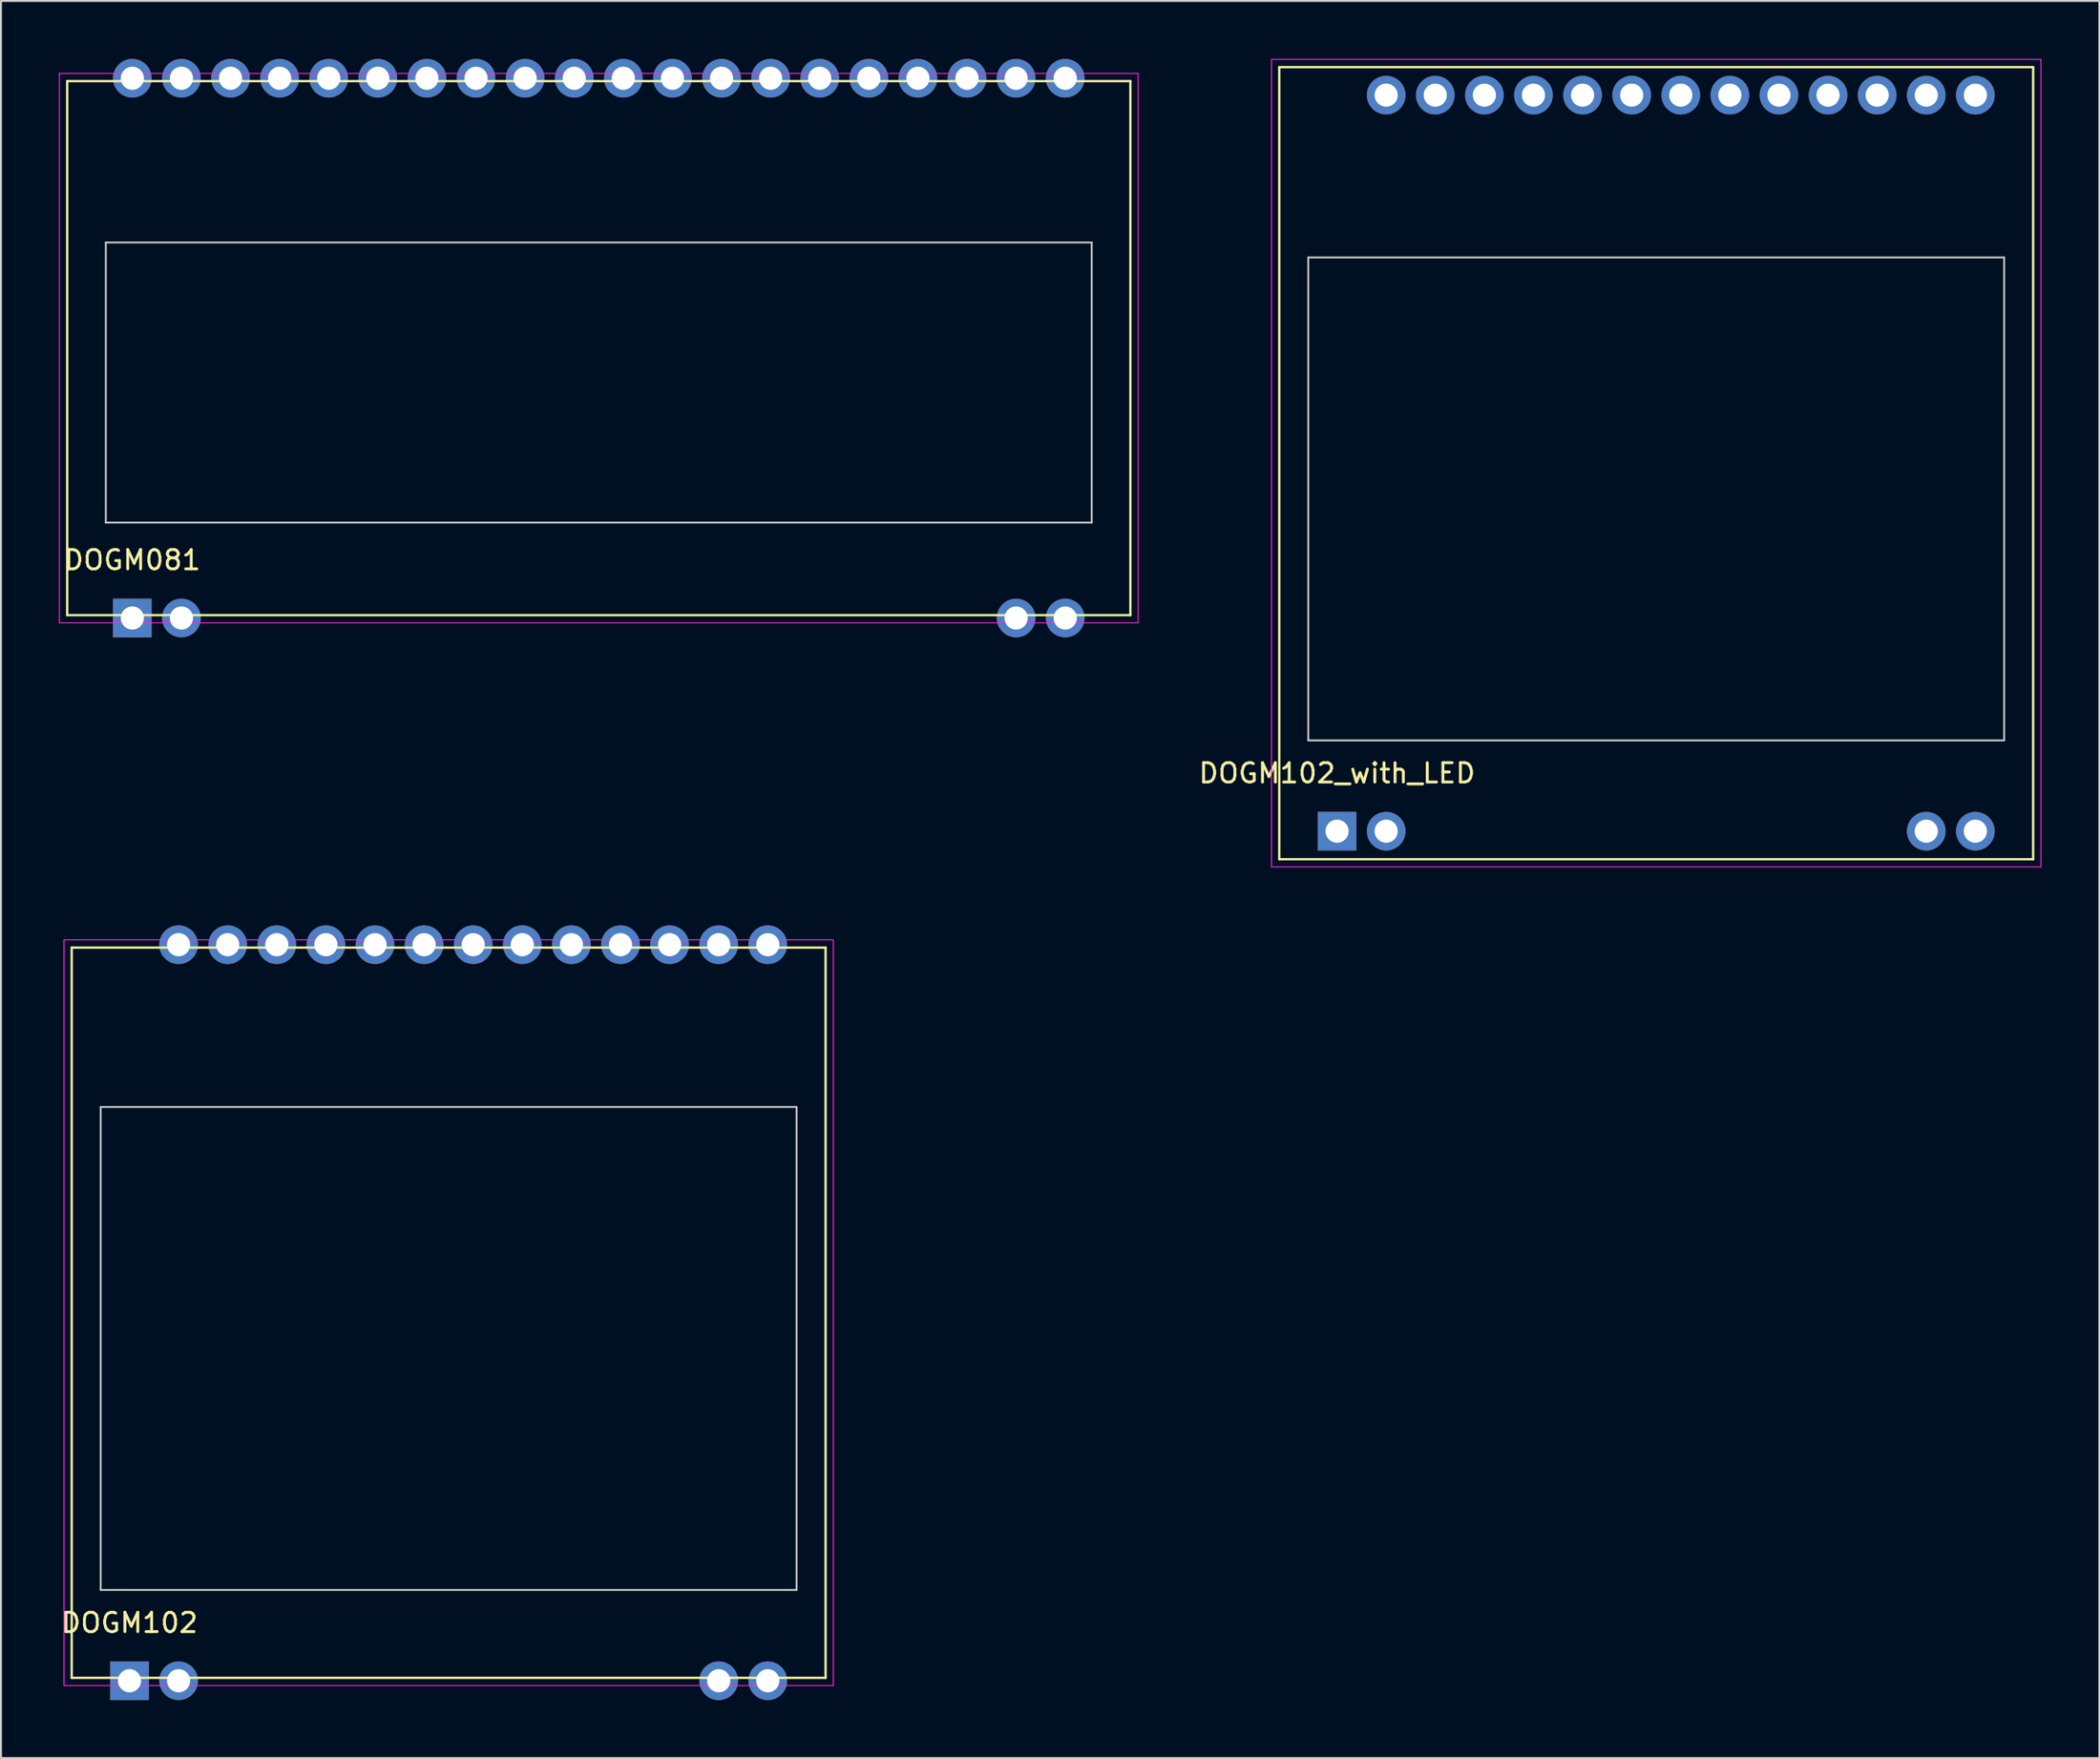
<source format=kicad_pcb>
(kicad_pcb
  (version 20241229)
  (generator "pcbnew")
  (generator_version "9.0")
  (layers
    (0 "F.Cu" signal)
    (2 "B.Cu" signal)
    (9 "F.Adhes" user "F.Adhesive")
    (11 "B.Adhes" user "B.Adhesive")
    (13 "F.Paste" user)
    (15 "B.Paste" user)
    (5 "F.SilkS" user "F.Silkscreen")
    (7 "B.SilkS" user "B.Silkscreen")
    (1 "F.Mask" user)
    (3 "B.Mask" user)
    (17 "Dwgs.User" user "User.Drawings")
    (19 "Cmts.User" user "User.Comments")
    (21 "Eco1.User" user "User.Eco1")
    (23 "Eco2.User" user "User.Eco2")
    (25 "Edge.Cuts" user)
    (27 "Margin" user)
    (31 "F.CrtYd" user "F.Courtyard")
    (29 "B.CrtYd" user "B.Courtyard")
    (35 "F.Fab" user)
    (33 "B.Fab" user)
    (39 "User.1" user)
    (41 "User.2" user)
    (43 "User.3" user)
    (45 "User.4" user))
  (footprint "DOGM102"
    (layer "F.Cu")
    (at 3.649 83.95)
    (property "Reference" "DOGM102" (at 0 -3 0) (layer "F.SilkS") (effects (font (size 1 1) (thickness 0.15))))
    (attr through_hole)
    (fp_line (start -2.99 -37.95) (end -2.99 -0.15) (stroke (width 0.12) (type solid)) (layer "F.SilkS"))
    (fp_line (start -2.99 -0.15) (end 36.01 -0.15) (stroke (width 0.12) (type solid)) (layer "F.SilkS"))
    (fp_line (start 36.01 -37.95) (end -2.99 -37.95) (stroke (width 0.12) (type solid)) (layer "F.SilkS"))
    (fp_line (start 36.01 -0.15) (end 36.01 -37.95) (stroke (width 0.12) (type solid)) (layer "F.SilkS"))
    (fp_line (start -1.49 -29.7) (end -1.49 -4.7) (stroke (width 0.1) (type solid)) (layer "Dwgs.User"))
    (fp_line (start -1.49 -4.7) (end 34.51 -4.7) (stroke (width 0.1) (type solid)) (layer "Dwgs.User"))
    (fp_line (start 34.51 -29.7) (end -1.49 -29.7) (stroke (width 0.1) (type solid)) (layer "Dwgs.User"))
    (fp_line (start 34.51 -4.7) (end 34.51 -29.7) (stroke (width 0.1) (type solid)) (layer "Dwgs.User"))
    (fp_line (start -3.39 -38.35) (end -3.39 0.25) (stroke (width 0.05) (type solid)) (layer "F.CrtYd"))
    (fp_line (start -3.39 0.25) (end 36.41 0.25) (stroke (width 0.05) (type solid)) (layer "F.CrtYd"))
    (fp_line (start 36.41 -38.35) (end -3.39 -38.35) (stroke (width 0.05) (type solid)) (layer "F.CrtYd"))
    (fp_line (start 36.41 0.25) (end 36.41 -38.35) (stroke (width 0.05) (type solid)) (layer "F.CrtYd"))
    (pad "1" thru_hole rect (at 0 0) (size 2 2) (drill 1.2) (layers "*.Cu" "*.Mask"))
    (pad "2" thru_hole circle (at 2.54 0) (size 2 2) (drill 1.2) (layers "*.Cu" "*.Mask"))
    (pad "13" thru_hole circle (at 30.48 0) (size 2 2) (drill 1.2) (layers "*.Cu" "*.Mask"))
    (pad "14" thru_hole circle (at 33.02 0) (size 2 2) (drill 1.2) (layers "*.Cu" "*.Mask"))
    (pad "15" thru_hole circle (at 33.02 -38.1) (size 2 2) (drill 1.2) (layers "*.Cu" "*.Mask"))
    (pad "16" thru_hole circle (at 30.48 -38.1) (size 2 2) (drill 1.2) (layers "*.Cu" "*.Mask"))
    (pad "17" thru_hole circle (at 27.94 -38.1) (size 2 2) (drill 1.2) (layers "*.Cu" "*.Mask"))
    (pad "18" thru_hole circle (at 25.4 -38.1) (size 2 2) (drill 1.2) (layers "*.Cu" "*.Mask"))
    (pad "19" thru_hole circle (at 22.86 -38.1) (size 2 2) (drill 1.2) (layers "*.Cu" "*.Mask"))
    (pad "20" thru_hole circle (at 20.32 -38.1) (size 2 2) (drill 1.2) (layers "*.Cu" "*.Mask"))
    (pad "21" thru_hole circle (at 17.78 -38.1) (size 2 2) (drill 1.2) (layers "*.Cu" "*.Mask"))
    (pad "22" thru_hole circle (at 15.24 -38.1) (size 2 2) (drill 1.2) (layers "*.Cu" "*.Mask"))
    (pad "23" thru_hole circle (at 12.7 -38.1) (size 2 2) (drill 1.2) (layers "*.Cu" "*.Mask"))
    (pad "24" thru_hole circle (at 10.16 -38.1) (size 2 2) (drill 1.2) (layers "*.Cu" "*.Mask"))
    (pad "25" thru_hole circle (at 7.62 -38.1) (size 2 2) (drill 1.2) (layers "*.Cu" "*.Mask"))
    (pad "26" thru_hole circle (at 5.08 -38.1) (size 2 2) (drill 1.2) (layers "*.Cu" "*.Mask"))
    (pad "27" thru_hole circle (at 2.54 -38.1) (size 2 2) (drill 1.2) (layers "*.Cu" "*.Mask")))
  (footprint "DOGM102_with_LED"
    (layer "F.Cu")
    (at 66.118 39.975)
    (property "Reference" "DOGM102_with_LED" (at 0 -3 0) (layer "F.SilkS") (effects (font (size 1 1) (thickness 0.15))))
    (attr through_hole)
    (fp_line (start -2.99 -39.55) (end -2.99 1.45) (stroke (width 0.12) (type solid)) (layer "F.SilkS"))
    (fp_line (start -2.99 1.45) (end 36.01 1.45) (stroke (width 0.12) (type solid)) (layer "F.SilkS"))
    (fp_line (start 36.01 -39.55) (end -2.99 -39.55) (stroke (width 0.12) (type solid)) (layer "F.SilkS"))
    (fp_line (start 36.01 1.45) (end 36.01 -39.55) (stroke (width 0.12) (type solid)) (layer "F.SilkS"))
    (fp_line (start -1.49 -29.7) (end -1.49 -4.7) (stroke (width 0.1) (type solid)) (layer "Dwgs.User"))
    (fp_line (start -1.49 -4.7) (end 34.51 -4.7) (stroke (width 0.1) (type solid)) (layer "Dwgs.User"))
    (fp_line (start 34.51 -29.7) (end -1.49 -29.7) (stroke (width 0.1) (type solid)) (layer "Dwgs.User"))
    (fp_line (start 34.51 -4.7) (end 34.51 -29.7) (stroke (width 0.1) (type solid)) (layer "Dwgs.User"))
    (fp_line (start -3.39 -39.95) (end -3.39 1.85) (stroke (width 0.05) (type solid)) (layer "F.CrtYd"))
    (fp_line (start -3.39 1.85) (end 36.41 1.85) (stroke (width 0.05) (type solid)) (layer "F.CrtYd"))
    (fp_line (start 36.41 -39.95) (end -3.39 -39.95) (stroke (width 0.05) (type solid)) (layer "F.CrtYd"))
    (fp_line (start 36.41 1.85) (end 36.41 -39.95) (stroke (width 0.05) (type solid)) (layer "F.CrtYd"))
    (pad "1" thru_hole rect (at 0 0) (size 2 2) (drill 1.2) (layers "*.Cu" "*.Mask"))
    (pad "2" thru_hole circle (at 2.54 0) (size 2 2) (drill 1.2) (layers "*.Cu" "*.Mask"))
    (pad "13" thru_hole circle (at 30.48 0) (size 2 2) (drill 1.2) (layers "*.Cu" "*.Mask"))
    (pad "14" thru_hole circle (at 33.02 0) (size 2 2) (drill 1.2) (layers "*.Cu" "*.Mask"))
    (pad "15" thru_hole circle (at 33.02 -38.1) (size 2 2) (drill 1.2) (layers "*.Cu" "*.Mask"))
    (pad "16" thru_hole circle (at 30.48 -38.1) (size 2 2) (drill 1.2) (layers "*.Cu" "*.Mask"))
    (pad "17" thru_hole circle (at 27.94 -38.1) (size 2 2) (drill 1.2) (layers "*.Cu" "*.Mask"))
    (pad "18" thru_hole circle (at 25.4 -38.1) (size 2 2) (drill 1.2) (layers "*.Cu" "*.Mask"))
    (pad "19" thru_hole circle (at 22.86 -38.1) (size 2 2) (drill 1.2) (layers "*.Cu" "*.Mask"))
    (pad "20" thru_hole circle (at 20.32 -38.1) (size 2 2) (drill 1.2) (layers "*.Cu" "*.Mask"))
    (pad "21" thru_hole circle (at 17.78 -38.1) (size 2 2) (drill 1.2) (layers "*.Cu" "*.Mask"))
    (pad "22" thru_hole circle (at 15.24 -38.1) (size 2 2) (drill 1.2) (layers "*.Cu" "*.Mask"))
    (pad "23" thru_hole circle (at 12.7 -38.1) (size 2 2) (drill 1.2) (layers "*.Cu" "*.Mask"))
    (pad "24" thru_hole circle (at 10.16 -38.1) (size 2 2) (drill 1.2) (layers "*.Cu" "*.Mask"))
    (pad "25" thru_hole circle (at 7.62 -38.1) (size 2 2) (drill 1.2) (layers "*.Cu" "*.Mask"))
    (pad "26" thru_hole circle (at 5.08 -38.1) (size 2 2) (drill 1.2) (layers "*.Cu" "*.Mask"))
    (pad "27" thru_hole circle (at 2.54 -38.1) (size 2 2) (drill 1.2) (layers "*.Cu" "*.Mask")))
  (footprint "DOGM081"
    (layer "F.Cu")
    (at 3.795 28.94)
    (property "Reference" "DOGM081" (at 0 -3 0) (layer "F.SilkS") (effects (font (size 1 1) (thickness 0.15))))
    (attr through_hole)
    (fp_line (start -3.37 -27.79) (end -3.37 -0.15) (stroke (width 0.12) (type solid)) (layer "F.SilkS"))
    (fp_line (start -3.37 -0.15) (end 51.63 -0.15) (stroke (width 0.12) (type solid)) (layer "F.SilkS"))
    (fp_line (start 51.63 -27.79) (end -3.37 -27.79) (stroke (width 0.12) (type solid)) (layer "F.SilkS"))
    (fp_line (start 51.63 -0.15) (end 51.63 -27.79) (stroke (width 0.12) (type solid)) (layer "F.SilkS"))
    (fp_line (start -1.37 -19.44) (end -1.37 -4.94) (stroke (width 0.1) (type solid)) (layer "Dwgs.User"))
    (fp_line (start -1.37 -4.94) (end 49.63 -4.94) (stroke (width 0.1) (type solid)) (layer "Dwgs.User"))
    (fp_line (start 49.63 -19.44) (end -1.37 -19.44) (stroke (width 0.1) (type solid)) (layer "Dwgs.User"))
    (fp_line (start 49.63 -4.94) (end 49.63 -19.44) (stroke (width 0.1) (type solid)) (layer "Dwgs.User"))
    (fp_line (start -3.77 -28.19) (end -3.77 0.25) (stroke (width 0.05) (type solid)) (layer "F.CrtYd"))
    (fp_line (start -3.77 0.25) (end 52.03 0.25) (stroke (width 0.05) (type solid)) (layer "F.CrtYd"))
    (fp_line (start 52.03 -28.19) (end -3.77 -28.19) (stroke (width 0.05) (type solid)) (layer "F.CrtYd"))
    (fp_line (start 52.03 0.25) (end 52.03 -28.19) (stroke (width 0.05) (type solid)) (layer "F.CrtYd"))
    (pad "1" thru_hole rect (at 0 0) (size 2 2) (drill 1.2) (layers "*.Cu" "*.Mask"))
    (pad "2" thru_hole circle (at 2.54 0) (size 2 2) (drill 1.2) (layers "*.Cu" "*.Mask"))
    (pad "19" thru_hole circle (at 45.72 0) (size 2 2) (drill 1.2) (layers "*.Cu" "*.Mask"))
    (pad "20" thru_hole circle (at 48.26 0) (size 2 2) (drill 1.2) (layers "*.Cu" "*.Mask"))
    (pad "21" thru_hole circle (at 48.26 -27.94) (size 2 2) (drill 1.2) (layers "*.Cu" "*.Mask"))
    (pad "22" thru_hole circle (at 45.72 -27.94) (size 2 2) (drill 1.2) (layers "*.Cu" "*.Mask"))
    (pad "23" thru_hole circle (at 43.18 -27.94) (size 2 2) (drill 1.2) (layers "*.Cu" "*.Mask"))
    (pad "24" thru_hole circle (at 40.64 -27.94) (size 2 2) (drill 1.2) (layers "*.Cu" "*.Mask"))
    (pad "25" thru_hole circle (at 38.1 -27.94) (size 2 2) (drill 1.2) (layers "*.Cu" "*.Mask"))
    (pad "26" thru_hole circle (at 35.56 -27.94) (size 2 2) (drill 1.2) (layers "*.Cu" "*.Mask"))
    (pad "27" thru_hole circle (at 33.02 -27.94) (size 2 2) (drill 1.2) (layers "*.Cu" "*.Mask"))
    (pad "28" thru_hole circle (at 30.48 -27.94) (size 2 2) (drill 1.2) (layers "*.Cu" "*.Mask"))
    (pad "29" thru_hole circle (at 27.94 -27.94) (size 2 2) (drill 1.2) (layers "*.Cu" "*.Mask"))
    (pad "30" thru_hole circle (at 25.4 -27.94) (size 2 2) (drill 1.2) (layers "*.Cu" "*.Mask"))
    (pad "31" thru_hole circle (at 22.86 -27.94) (size 2 2) (drill 1.2) (layers "*.Cu" "*.Mask"))
    (pad "32" thru_hole circle (at 20.32 -27.94) (size 2 2) (drill 1.2) (layers "*.Cu" "*.Mask"))
    (pad "33" thru_hole circle (at 17.78 -27.94) (size 2 2) (drill 1.2) (layers "*.Cu" "*.Mask"))
    (pad "34" thru_hole circle (at 15.24 -27.94) (size 2 2) (drill 1.2) (layers "*.Cu" "*.Mask"))
    (pad "35" thru_hole circle (at 12.7 -27.94) (size 2 2) (drill 1.2) (layers "*.Cu" "*.Mask"))
    (pad "36" thru_hole circle (at 10.16 -27.94) (size 2 2) (drill 1.2) (layers "*.Cu" "*.Mask"))
    (pad "37" thru_hole circle (at 7.62 -27.94) (size 2 2) (drill 1.2) (layers "*.Cu" "*.Mask"))
    (pad "38" thru_hole circle (at 5.08 -27.94) (size 2 2) (drill 1.2) (layers "*.Cu" "*.Mask"))
    (pad "39" thru_hole circle (at 2.54 -27.94) (size 2 2) (drill 1.2) (layers "*.Cu" "*.Mask"))
    (pad "40" thru_hole circle (at 0 -27.94) (size 2 2) (drill 1.2) (layers "*.Cu" "*.Mask")))
  (gr_rect
    (start -3 -3)
    (end 105.553 87.95)
    (stroke (width 0.1) (type default))
    (fill no)
    (layer "Edge.Cuts")))
</source>
